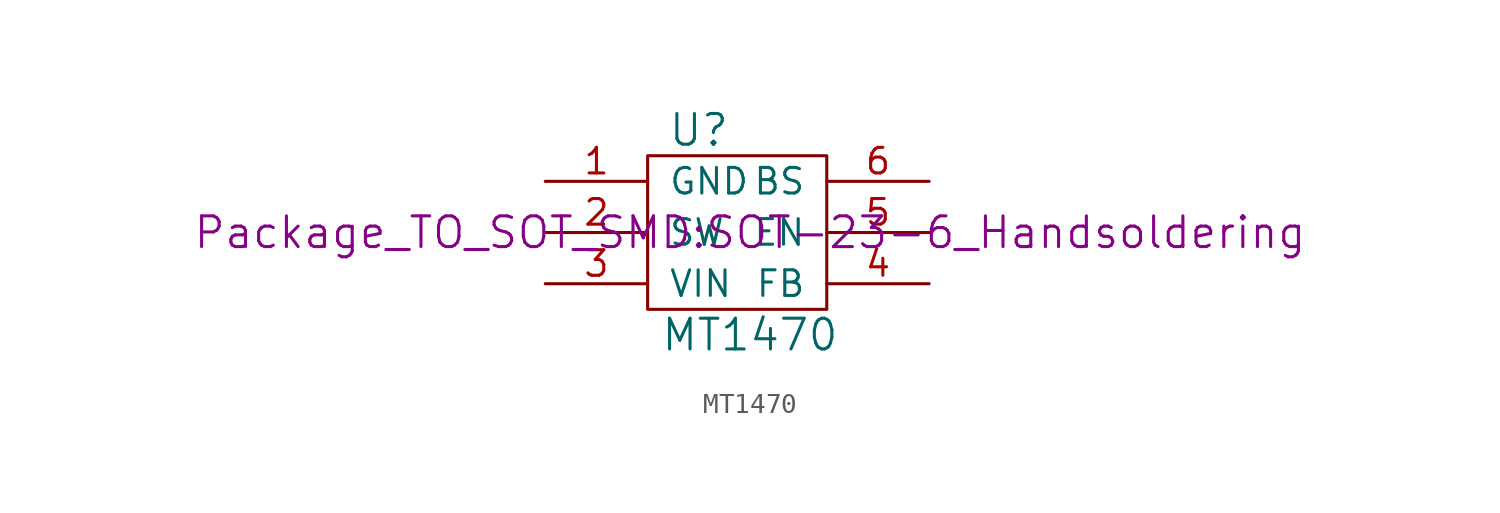
<source format=kicad_sym>
(kicad_symbol_lib
  (version 20220914)
  (generator kicad_symbol_editor)
  (symbol "MT1470"
    (pin_names
      (offset 1.016))
    (property "Reference" "U"
      (at -2.54 5.08 0)
      (effects (font (size 1.524 1.524))))
    (property "Value" "MT1470"
      (at 0 -5.08 0)
      (effects (font (size 1.524 1.524))))
    (property "Footprint" "Package_TO_SOT_SMD:SOT-23-6_Handsoldering"
      (at 0 0 0)
      (effects (font (size 1.524 1.524))))
    (property "Datasheet" ""
      (at 0 0 0)
      (effects (font (size 1.524 1.524))))
    (symbol "MT1470_0_1"
      (rectangle (start -5.08 3.81) (end 3.81 -3.81) (stroke (width 0) (type default)) (fill (type none))))
    (symbol "MT1470_1_1"
      (pin input line (at -10.16 2.54 0) (length 5.08) (name "GND" (effects (font (size 1.27 1.27)))) (number "1" (effects (font (size 1.27 1.27)))))
      (pin input line (at -10.16 0 0) (length 5.08) (name "SW" (effects (font (size 1.27 1.27)))) (number "2" (effects (font (size 1.27 1.27)))))
      (pin input line (at -10.16 -2.54 0) (length 5.08) (name "VIN" (effects (font (size 1.27 1.27)))) (number "3" (effects (font (size 1.27 1.27)))))
      (pin input line (at 8.89 -2.54 180) (length 5.08) (name "FB" (effects (font (size 1.27 1.27)))) (number "4" (effects (font (size 1.27 1.27)))))
      (pin input line (at 8.89 0 180) (length 5.08) (name "EN" (effects (font (size 1.27 1.27)))) (number "5" (effects (font (size 1.27 1.27)))))
      (pin input line (at 8.89 2.54 180) (length 5.08) (name "BS" (effects (font (size 1.27 1.27)))) (number "6" (effects (font (size 1.27 1.27))))))))
</source>
